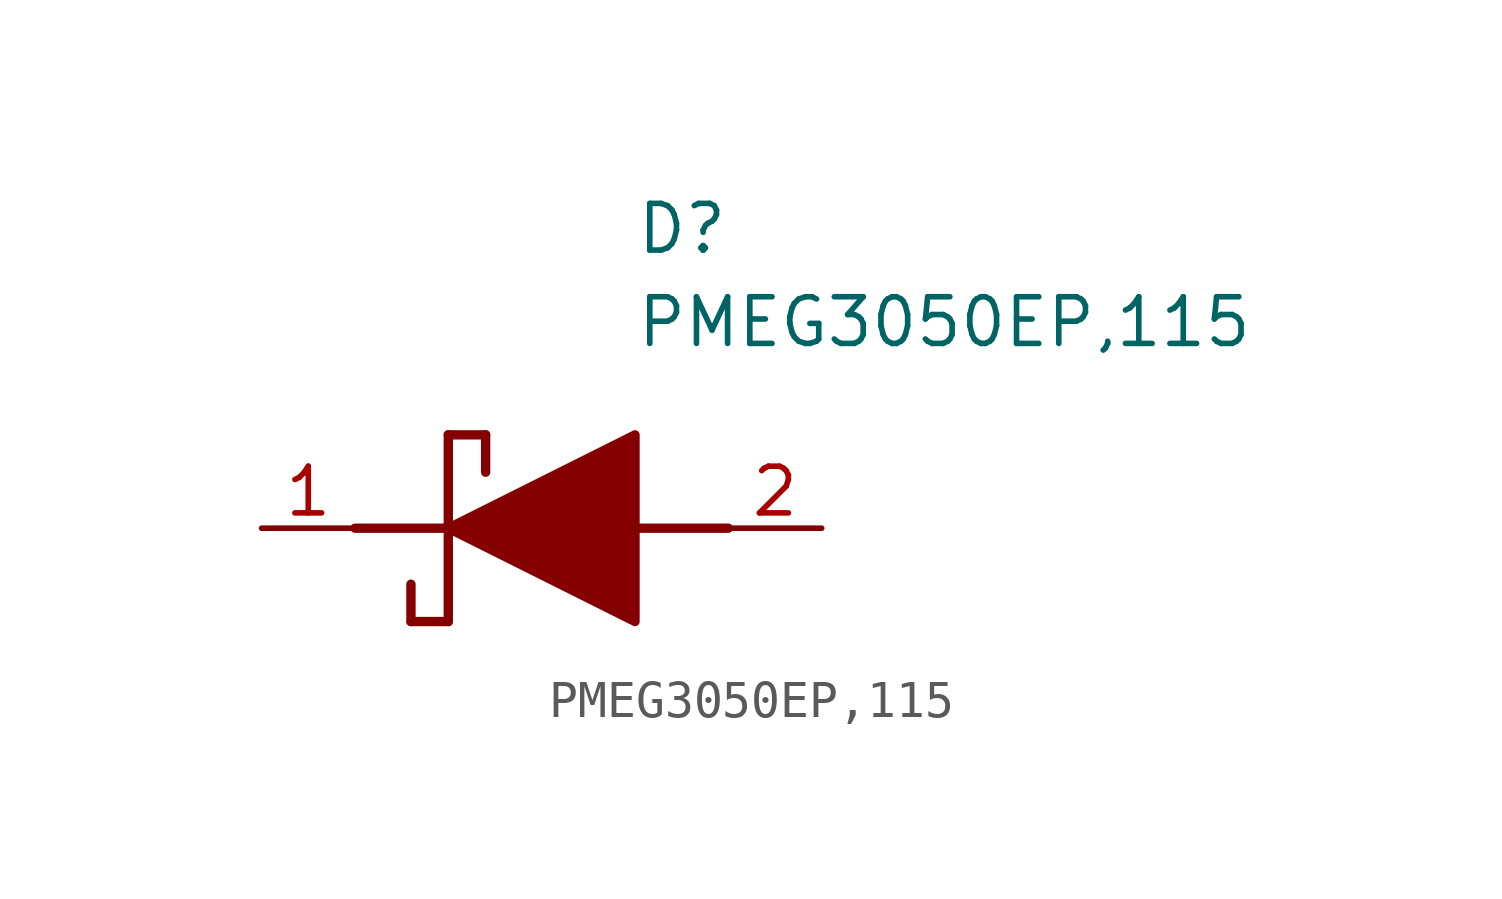
<source format=kicad_sym>
(kicad_symbol_lib
  (version 20220914)
  (generator kicad_symbol_editor)
  (symbol "PMEG3050EP,115"
    (pin_names hide)
    (property "Reference" "D"
      (at 12.7 8.89 0)
      (effects (font (size 1.27 1.27)) (justify left top)))
    (property "Value" "PMEG3050EP,115"
      (at 12.7 6.35 0)
      (effects (font (size 1.27 1.27)) (justify left top)))
    (symbol "PMEG3050EP,115_1_1"
      (polyline (pts (xy 5.08 0) (xy 7.62 0)) (stroke (width 0.254) (type default)) (fill (type none)))
      (polyline (pts (xy 6.604 -1.524) (xy 6.604 -2.54)) (stroke (width 0.254) (type default)) (fill (type none)))
      (polyline (pts (xy 7.62 -2.54) (xy 6.604 -2.54)) (stroke (width 0.254) (type default)) (fill (type none)))
      (polyline (pts (xy 7.62 2.54) (xy 7.62 -2.54)) (stroke (width 0.254) (type default)) (fill (type none)))
      (polyline (pts (xy 7.62 2.54) (xy 8.636 2.54)) (stroke (width 0.254) (type default)) (fill (type none)))
      (polyline (pts (xy 8.636 1.524) (xy 8.636 2.54)) (stroke (width 0.254) (type default)) (fill (type none)))
      (polyline (pts (xy 12.7 0) (xy 15.24 0)) (stroke (width 0.254) (type default)) (fill (type none)))
      (polyline (pts (xy 7.62 0) (xy 12.7 2.54) (xy 12.7 -2.54) (xy 7.62 0)) (stroke (width 0.254) (type default)) (fill (type outline)))
      (pin passive line (at 2.54 0 0) (length 2.54) (name "K" (effects (font (size 1.27 1.27)))) (number "1" (effects (font (size 1.27 1.27)))))
      (pin passive line (at 17.78 0 180) (length 2.54) (name "A" (effects (font (size 1.27 1.27)))) (number "2" (effects (font (size 1.27 1.27))))))))
</source>
